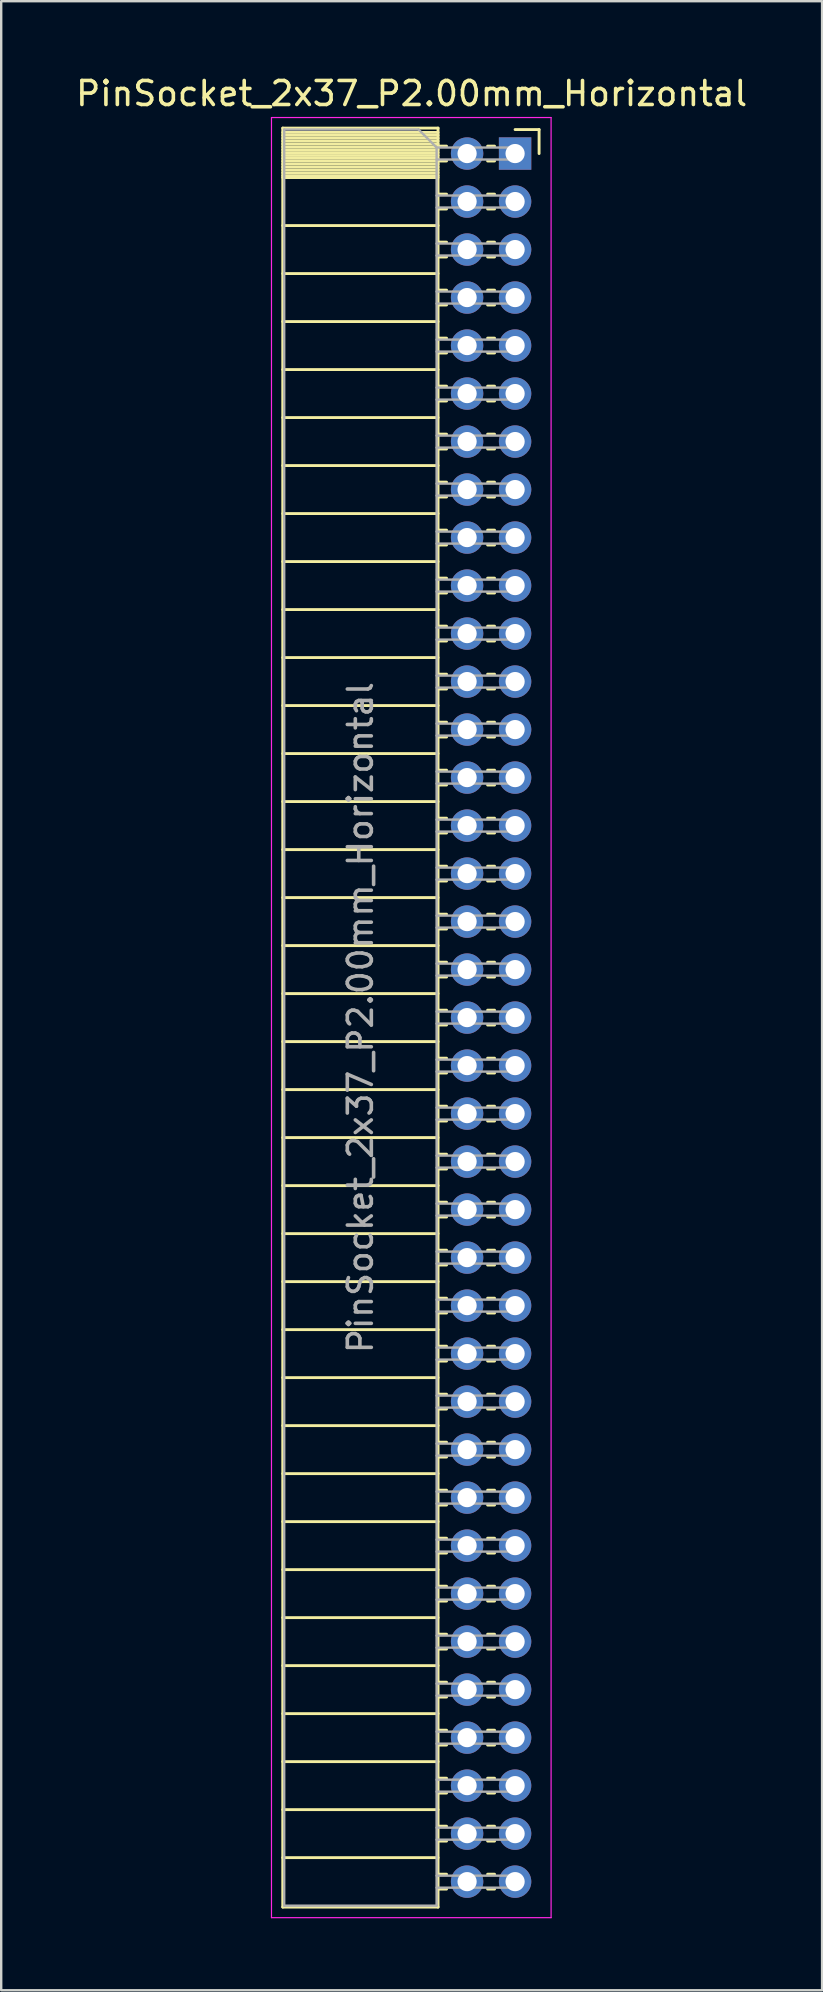
<source format=kicad_pcb>
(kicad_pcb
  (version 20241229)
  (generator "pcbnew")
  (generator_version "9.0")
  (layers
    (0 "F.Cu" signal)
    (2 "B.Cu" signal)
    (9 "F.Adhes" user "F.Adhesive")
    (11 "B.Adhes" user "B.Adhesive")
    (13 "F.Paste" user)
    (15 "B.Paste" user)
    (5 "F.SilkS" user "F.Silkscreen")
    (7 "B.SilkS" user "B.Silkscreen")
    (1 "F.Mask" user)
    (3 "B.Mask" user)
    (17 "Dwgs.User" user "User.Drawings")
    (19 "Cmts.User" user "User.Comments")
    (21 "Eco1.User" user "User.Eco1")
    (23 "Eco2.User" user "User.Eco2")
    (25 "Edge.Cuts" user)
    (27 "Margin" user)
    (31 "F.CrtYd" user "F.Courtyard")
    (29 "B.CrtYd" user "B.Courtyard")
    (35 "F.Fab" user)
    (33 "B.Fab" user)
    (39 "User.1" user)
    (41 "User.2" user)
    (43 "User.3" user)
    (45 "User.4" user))
  (footprint "PinSocket_2x37_P2.00mm_Horizontal"
    (layer "F.Cu")
    (at 18.411 3.348)
    (property "Reference" "PinSocket_2x37_P2.00mm_Horizontal" (at -4.31 -2.5 0) (layer "F.SilkS") (effects (font (size 1 1) (thickness 0.15))))
    (attr through_hole)
    (fp_line (start -9.68 -1.06) (end -3.21 -1.06) (stroke (width 0.12) (type solid)) (layer "F.SilkS"))
    (fp_line (start -9.68 -0.88) (end -3.21 -0.88) (stroke (width 0.12) (type solid)) (layer "F.SilkS"))
    (fp_line (start -9.68 -0.76) (end -3.21 -0.76) (stroke (width 0.12) (type solid)) (layer "F.SilkS"))
    (fp_line (start -9.68 -0.64) (end -3.21 -0.64) (stroke (width 0.12) (type solid)) (layer "F.SilkS"))
    (fp_line (start -9.68 -0.52) (end -3.21 -0.52) (stroke (width 0.12) (type solid)) (layer "F.SilkS"))
    (fp_line (start -9.68 -0.4) (end -3.21 -0.4) (stroke (width 0.12) (type solid)) (layer "F.SilkS"))
    (fp_line (start -9.68 -0.28) (end -3.21 -0.28) (stroke (width 0.12) (type solid)) (layer "F.SilkS"))
    (fp_line (start -9.68 -0.16) (end -3.21 -0.16) (stroke (width 0.12) (type solid)) (layer "F.SilkS"))
    (fp_line (start -9.68 -0.04) (end -3.21 -0.04) (stroke (width 0.12) (type solid)) (layer "F.SilkS"))
    (fp_line (start -9.68 0.08) (end -3.21 0.08) (stroke (width 0.12) (type solid)) (layer "F.SilkS"))
    (fp_line (start -9.68 0.2) (end -3.21 0.2) (stroke (width 0.12) (type solid)) (layer "F.SilkS"))
    (fp_line (start -9.68 0.32) (end -3.21 0.32) (stroke (width 0.12) (type solid)) (layer "F.SilkS"))
    (fp_line (start -9.68 0.44) (end -3.21 0.44) (stroke (width 0.12) (type solid)) (layer "F.SilkS"))
    (fp_line (start -9.68 0.56) (end -3.21 0.56) (stroke (width 0.12) (type solid)) (layer "F.SilkS"))
    (fp_line (start -9.68 0.68) (end -3.21 0.68) (stroke (width 0.12) (type solid)) (layer "F.SilkS"))
    (fp_line (start -9.68 0.8) (end -3.21 0.8) (stroke (width 0.12) (type solid)) (layer "F.SilkS"))
    (fp_line (start -9.68 0.92) (end -3.21 0.92) (stroke (width 0.12) (type solid)) (layer "F.SilkS"))
    (fp_line (start -9.68 1) (end -3.21 1) (stroke (width 0.12) (type solid)) (layer "F.SilkS"))
    (fp_line (start -9.68 3) (end -3.21 3) (stroke (width 0.12) (type solid)) (layer "F.SilkS"))
    (fp_line (start -9.68 5) (end -3.21 5) (stroke (width 0.12) (type solid)) (layer "F.SilkS"))
    (fp_line (start -9.68 7) (end -3.21 7) (stroke (width 0.12) (type solid)) (layer "F.SilkS"))
    (fp_line (start -9.68 9) (end -3.21 9) (stroke (width 0.12) (type solid)) (layer "F.SilkS"))
    (fp_line (start -9.68 11) (end -3.21 11) (stroke (width 0.12) (type solid)) (layer "F.SilkS"))
    (fp_line (start -9.68 13) (end -3.21 13) (stroke (width 0.12) (type solid)) (layer "F.SilkS"))
    (fp_line (start -9.68 15) (end -3.21 15) (stroke (width 0.12) (type solid)) (layer "F.SilkS"))
    (fp_line (start -9.68 17) (end -3.21 17) (stroke (width 0.12) (type solid)) (layer "F.SilkS"))
    (fp_line (start -9.68 19) (end -3.21 19) (stroke (width 0.12) (type solid)) (layer "F.SilkS"))
    (fp_line (start -9.68 21) (end -3.21 21) (stroke (width 0.12) (type solid)) (layer "F.SilkS"))
    (fp_line (start -9.68 23) (end -3.21 23) (stroke (width 0.12) (type solid)) (layer "F.SilkS"))
    (fp_line (start -9.68 25) (end -3.21 25) (stroke (width 0.12) (type solid)) (layer "F.SilkS"))
    (fp_line (start -9.68 27) (end -3.21 27) (stroke (width 0.12) (type solid)) (layer "F.SilkS"))
    (fp_line (start -9.68 29) (end -3.21 29) (stroke (width 0.12) (type solid)) (layer "F.SilkS"))
    (fp_line (start -9.68 31) (end -3.21 31) (stroke (width 0.12) (type solid)) (layer "F.SilkS"))
    (fp_line (start -9.68 33) (end -3.21 33) (stroke (width 0.12) (type solid)) (layer "F.SilkS"))
    (fp_line (start -9.68 35) (end -3.21 35) (stroke (width 0.12) (type solid)) (layer "F.SilkS"))
    (fp_line (start -9.68 37) (end -3.21 37) (stroke (width 0.12) (type solid)) (layer "F.SilkS"))
    (fp_line (start -9.68 39) (end -3.21 39) (stroke (width 0.12) (type solid)) (layer "F.SilkS"))
    (fp_line (start -9.68 41) (end -3.21 41) (stroke (width 0.12) (type solid)) (layer "F.SilkS"))
    (fp_line (start -9.68 43) (end -3.21 43) (stroke (width 0.12) (type solid)) (layer "F.SilkS"))
    (fp_line (start -9.68 45) (end -3.21 45) (stroke (width 0.12) (type solid)) (layer "F.SilkS"))
    (fp_line (start -9.68 47) (end -3.21 47) (stroke (width 0.12) (type solid)) (layer "F.SilkS"))
    (fp_line (start -9.68 49) (end -3.21 49) (stroke (width 0.12) (type solid)) (layer "F.SilkS"))
    (fp_line (start -9.68 51) (end -3.21 51) (stroke (width 0.12) (type solid)) (layer "F.SilkS"))
    (fp_line (start -9.68 53) (end -3.21 53) (stroke (width 0.12) (type solid)) (layer "F.SilkS"))
    (fp_line (start -9.68 55) (end -3.21 55) (stroke (width 0.12) (type solid)) (layer "F.SilkS"))
    (fp_line (start -9.68 57) (end -3.21 57) (stroke (width 0.12) (type solid)) (layer "F.SilkS"))
    (fp_line (start -9.68 59) (end -3.21 59) (stroke (width 0.12) (type solid)) (layer "F.SilkS"))
    (fp_line (start -9.68 61) (end -3.21 61) (stroke (width 0.12) (type solid)) (layer "F.SilkS"))
    (fp_line (start -9.68 63) (end -3.21 63) (stroke (width 0.12) (type solid)) (layer "F.SilkS"))
    (fp_line (start -9.68 65) (end -3.21 65) (stroke (width 0.12) (type solid)) (layer "F.SilkS"))
    (fp_line (start -9.68 67) (end -3.21 67) (stroke (width 0.12) (type solid)) (layer "F.SilkS"))
    (fp_line (start -9.68 69) (end -3.21 69) (stroke (width 0.12) (type solid)) (layer "F.SilkS"))
    (fp_line (start -9.68 71) (end -3.21 71) (stroke (width 0.12) (type solid)) (layer "F.SilkS"))
    (fp_line (start -9.68 73.06) (end -9.68 -1.06) (stroke (width 0.12) (type solid)) (layer "F.SilkS"))
    (fp_line (start -3.21 -1.06) (end -3.21 73.06) (stroke (width 0.12) (type solid)) (layer "F.SilkS"))
    (fp_line (start -3.21 -0.31) (end -2.855 -0.31) (stroke (width 0.12) (type solid)) (layer "F.SilkS"))
    (fp_line (start -3.21 1.69) (end -2.855 1.69) (stroke (width 0.12) (type solid)) (layer "F.SilkS"))
    (fp_line (start -3.21 3.69) (end -2.855 3.69) (stroke (width 0.12) (type solid)) (layer "F.SilkS"))
    (fp_line (start -3.21 5.69) (end -2.855 5.69) (stroke (width 0.12) (type solid)) (layer "F.SilkS"))
    (fp_line (start -3.21 7.69) (end -2.855 7.69) (stroke (width 0.12) (type solid)) (layer "F.SilkS"))
    (fp_line (start -3.21 9.69) (end -2.855 9.69) (stroke (width 0.12) (type solid)) (layer "F.SilkS"))
    (fp_line (start -3.21 11.69) (end -2.855 11.69) (stroke (width 0.12) (type solid)) (layer "F.SilkS"))
    (fp_line (start -3.21 13.69) (end -2.855 13.69) (stroke (width 0.12) (type solid)) (layer "F.SilkS"))
    (fp_line (start -3.21 15.69) (end -2.855 15.69) (stroke (width 0.12) (type solid)) (layer "F.SilkS"))
    (fp_line (start -3.21 17.69) (end -2.855 17.69) (stroke (width 0.12) (type solid)) (layer "F.SilkS"))
    (fp_line (start -3.21 19.69) (end -2.855 19.69) (stroke (width 0.12) (type solid)) (layer "F.SilkS"))
    (fp_line (start -3.21 21.69) (end -2.855 21.69) (stroke (width 0.12) (type solid)) (layer "F.SilkS"))
    (fp_line (start -3.21 23.69) (end -2.855 23.69) (stroke (width 0.12) (type solid)) (layer "F.SilkS"))
    (fp_line (start -3.21 25.69) (end -2.855 25.69) (stroke (width 0.12) (type solid)) (layer "F.SilkS"))
    (fp_line (start -3.21 27.69) (end -2.855 27.69) (stroke (width 0.12) (type solid)) (layer "F.SilkS"))
    (fp_line (start -3.21 29.69) (end -2.855 29.69) (stroke (width 0.12) (type solid)) (layer "F.SilkS"))
    (fp_line (start -3.21 31.69) (end -2.855 31.69) (stroke (width 0.12) (type solid)) (layer "F.SilkS"))
    (fp_line (start -3.21 33.69) (end -2.855 33.69) (stroke (width 0.12) (type solid)) (layer "F.SilkS"))
    (fp_line (start -3.21 35.69) (end -2.855 35.69) (stroke (width 0.12) (type solid)) (layer "F.SilkS"))
    (fp_line (start -3.21 37.69) (end -2.855 37.69) (stroke (width 0.12) (type solid)) (layer "F.SilkS"))
    (fp_line (start -3.21 39.69) (end -2.855 39.69) (stroke (width 0.12) (type solid)) (layer "F.SilkS"))
    (fp_line (start -3.21 41.69) (end -2.855 41.69) (stroke (width 0.12) (type solid)) (layer "F.SilkS"))
    (fp_line (start -3.21 43.69) (end -2.855 43.69) (stroke (width 0.12) (type solid)) (layer "F.SilkS"))
    (fp_line (start -3.21 45.69) (end -2.855 45.69) (stroke (width 0.12) (type solid)) (layer "F.SilkS"))
    (fp_line (start -3.21 47.69) (end -2.855 47.69) (stroke (width 0.12) (type solid)) (layer "F.SilkS"))
    (fp_line (start -3.21 49.69) (end -2.855 49.69) (stroke (width 0.12) (type solid)) (layer "F.SilkS"))
    (fp_line (start -3.21 51.69) (end -2.855 51.69) (stroke (width 0.12) (type solid)) (layer "F.SilkS"))
    (fp_line (start -3.21 53.69) (end -2.855 53.69) (stroke (width 0.12) (type solid)) (layer "F.SilkS"))
    (fp_line (start -3.21 55.69) (end -2.855 55.69) (stroke (width 0.12) (type solid)) (layer "F.SilkS"))
    (fp_line (start -3.21 57.69) (end -2.855 57.69) (stroke (width 0.12) (type solid)) (layer "F.SilkS"))
    (fp_line (start -3.21 59.69) (end -2.855 59.69) (stroke (width 0.12) (type solid)) (layer "F.SilkS"))
    (fp_line (start -3.21 61.69) (end -2.855 61.69) (stroke (width 0.12) (type solid)) (layer "F.SilkS"))
    (fp_line (start -3.21 63.69) (end -2.855 63.69) (stroke (width 0.12) (type solid)) (layer "F.SilkS"))
    (fp_line (start -3.21 65.69) (end -2.855 65.69) (stroke (width 0.12) (type solid)) (layer "F.SilkS"))
    (fp_line (start -3.21 67.69) (end -2.855 67.69) (stroke (width 0.12) (type solid)) (layer "F.SilkS"))
    (fp_line (start -3.21 69.69) (end -2.855 69.69) (stroke (width 0.12) (type solid)) (layer "F.SilkS"))
    (fp_line (start -3.21 71.69) (end -2.855 71.69) (stroke (width 0.12) (type solid)) (layer "F.SilkS"))
    (fp_line (start -3.21 73.06) (end -9.68 73.06) (stroke (width 0.12) (type solid)) (layer "F.SilkS"))
    (fp_line (start -2.855 0.31) (end -3.21 0.31) (stroke (width 0.12) (type solid)) (layer "F.SilkS"))
    (fp_line (start -2.855 2.31) (end -3.21 2.31) (stroke (width 0.12) (type solid)) (layer "F.SilkS"))
    (fp_line (start -2.855 4.31) (end -3.21 4.31) (stroke (width 0.12) (type solid)) (layer "F.SilkS"))
    (fp_line (start -2.855 6.31) (end -3.21 6.31) (stroke (width 0.12) (type solid)) (layer "F.SilkS"))
    (fp_line (start -2.855 8.31) (end -3.21 8.31) (stroke (width 0.12) (type solid)) (layer "F.SilkS"))
    (fp_line (start -2.855 10.31) (end -3.21 10.31) (stroke (width 0.12) (type solid)) (layer "F.SilkS"))
    (fp_line (start -2.855 12.31) (end -3.21 12.31) (stroke (width 0.12) (type solid)) (layer "F.SilkS"))
    (fp_line (start -2.855 14.31) (end -3.21 14.31) (stroke (width 0.12) (type solid)) (layer "F.SilkS"))
    (fp_line (start -2.855 16.31) (end -3.21 16.31) (stroke (width 0.12) (type solid)) (layer "F.SilkS"))
    (fp_line (start -2.855 18.31) (end -3.21 18.31) (stroke (width 0.12) (type solid)) (layer "F.SilkS"))
    (fp_line (start -2.855 20.31) (end -3.21 20.31) (stroke (width 0.12) (type solid)) (layer "F.SilkS"))
    (fp_line (start -2.855 22.31) (end -3.21 22.31) (stroke (width 0.12) (type solid)) (layer "F.SilkS"))
    (fp_line (start -2.855 24.31) (end -3.21 24.31) (stroke (width 0.12) (type solid)) (layer "F.SilkS"))
    (fp_line (start -2.855 26.31) (end -3.21 26.31) (stroke (width 0.12) (type solid)) (layer "F.SilkS"))
    (fp_line (start -2.855 28.31) (end -3.21 28.31) (stroke (width 0.12) (type solid)) (layer "F.SilkS"))
    (fp_line (start -2.855 30.31) (end -3.21 30.31) (stroke (width 0.12) (type solid)) (layer "F.SilkS"))
    (fp_line (start -2.855 32.31) (end -3.21 32.31) (stroke (width 0.12) (type solid)) (layer "F.SilkS"))
    (fp_line (start -2.855 34.31) (end -3.21 34.31) (stroke (width 0.12) (type solid)) (layer "F.SilkS"))
    (fp_line (start -2.855 36.31) (end -3.21 36.31) (stroke (width 0.12) (type solid)) (layer "F.SilkS"))
    (fp_line (start -2.855 38.31) (end -3.21 38.31) (stroke (width 0.12) (type solid)) (layer "F.SilkS"))
    (fp_line (start -2.855 40.31) (end -3.21 40.31) (stroke (width 0.12) (type solid)) (layer "F.SilkS"))
    (fp_line (start -2.855 42.31) (end -3.21 42.31) (stroke (width 0.12) (type solid)) (layer "F.SilkS"))
    (fp_line (start -2.855 44.31) (end -3.21 44.31) (stroke (width 0.12) (type solid)) (layer "F.SilkS"))
    (fp_line (start -2.855 46.31) (end -3.21 46.31) (stroke (width 0.12) (type solid)) (layer "F.SilkS"))
    (fp_line (start -2.855 48.31) (end -3.21 48.31) (stroke (width 0.12) (type solid)) (layer "F.SilkS"))
    (fp_line (start -2.855 50.31) (end -3.21 50.31) (stroke (width 0.12) (type solid)) (layer "F.SilkS"))
    (fp_line (start -2.855 52.31) (end -3.21 52.31) (stroke (width 0.12) (type solid)) (layer "F.SilkS"))
    (fp_line (start -2.855 54.31) (end -3.21 54.31) (stroke (width 0.12) (type solid)) (layer "F.SilkS"))
    (fp_line (start -2.855 56.31) (end -3.21 56.31) (stroke (width 0.12) (type solid)) (layer "F.SilkS"))
    (fp_line (start -2.855 58.31) (end -3.21 58.31) (stroke (width 0.12) (type solid)) (layer "F.SilkS"))
    (fp_line (start -2.855 60.31) (end -3.21 60.31) (stroke (width 0.12) (type solid)) (layer "F.SilkS"))
    (fp_line (start -2.855 62.31) (end -3.21 62.31) (stroke (width 0.12) (type solid)) (layer "F.SilkS"))
    (fp_line (start -2.855 64.31) (end -3.21 64.31) (stroke (width 0.12) (type solid)) (layer "F.SilkS"))
    (fp_line (start -2.855 66.31) (end -3.21 66.31) (stroke (width 0.12) (type solid)) (layer "F.SilkS"))
    (fp_line (start -2.855 68.31) (end -3.21 68.31) (stroke (width 0.12) (type solid)) (layer "F.SilkS"))
    (fp_line (start -2.855 70.31) (end -3.21 70.31) (stroke (width 0.12) (type solid)) (layer "F.SilkS"))
    (fp_line (start -2.855 72.31) (end -3.21 72.31) (stroke (width 0.12) (type solid)) (layer "F.SilkS"))
    (fp_line (start -1.145 0.31) (end -0.855 0.31) (stroke (width 0.12) (type solid)) (layer "F.SilkS"))
    (fp_line (start -1.145 2.31) (end -0.855 2.31) (stroke (width 0.12) (type solid)) (layer "F.SilkS"))
    (fp_line (start -1.145 4.31) (end -0.855 4.31) (stroke (width 0.12) (type solid)) (layer "F.SilkS"))
    (fp_line (start -1.145 6.31) (end -0.855 6.31) (stroke (width 0.12) (type solid)) (layer "F.SilkS"))
    (fp_line (start -1.145 8.31) (end -0.855 8.31) (stroke (width 0.12) (type solid)) (layer "F.SilkS"))
    (fp_line (start -1.145 10.31) (end -0.855 10.31) (stroke (width 0.12) (type solid)) (layer "F.SilkS"))
    (fp_line (start -1.145 12.31) (end -0.855 12.31) (stroke (width 0.12) (type solid)) (layer "F.SilkS"))
    (fp_line (start -1.145 14.31) (end -0.855 14.31) (stroke (width 0.12) (type solid)) (layer "F.SilkS"))
    (fp_line (start -1.145 16.31) (end -0.855 16.31) (stroke (width 0.12) (type solid)) (layer "F.SilkS"))
    (fp_line (start -1.145 18.31) (end -0.855 18.31) (stroke (width 0.12) (type solid)) (layer "F.SilkS"))
    (fp_line (start -1.145 20.31) (end -0.855 20.31) (stroke (width 0.12) (type solid)) (layer "F.SilkS"))
    (fp_line (start -1.145 22.31) (end -0.855 22.31) (stroke (width 0.12) (type solid)) (layer "F.SilkS"))
    (fp_line (start -1.145 24.31) (end -0.855 24.31) (stroke (width 0.12) (type solid)) (layer "F.SilkS"))
    (fp_line (start -1.145 26.31) (end -0.855 26.31) (stroke (width 0.12) (type solid)) (layer "F.SilkS"))
    (fp_line (start -1.145 28.31) (end -0.855 28.31) (stroke (width 0.12) (type solid)) (layer "F.SilkS"))
    (fp_line (start -1.145 30.31) (end -0.855 30.31) (stroke (width 0.12) (type solid)) (layer "F.SilkS"))
    (fp_line (start -1.145 32.31) (end -0.855 32.31) (stroke (width 0.12) (type solid)) (layer "F.SilkS"))
    (fp_line (start -1.145 34.31) (end -0.855 34.31) (stroke (width 0.12) (type solid)) (layer "F.SilkS"))
    (fp_line (start -1.145 36.31) (end -0.855 36.31) (stroke (width 0.12) (type solid)) (layer "F.SilkS"))
    (fp_line (start -1.145 38.31) (end -0.855 38.31) (stroke (width 0.12) (type solid)) (layer "F.SilkS"))
    (fp_line (start -1.145 40.31) (end -0.855 40.31) (stroke (width 0.12) (type solid)) (layer "F.SilkS"))
    (fp_line (start -1.145 42.31) (end -0.855 42.31) (stroke (width 0.12) (type solid)) (layer "F.SilkS"))
    (fp_line (start -1.145 44.31) (end -0.855 44.31) (stroke (width 0.12) (type solid)) (layer "F.SilkS"))
    (fp_line (start -1.145 46.31) (end -0.855 46.31) (stroke (width 0.12) (type solid)) (layer "F.SilkS"))
    (fp_line (start -1.145 48.31) (end -0.855 48.31) (stroke (width 0.12) (type solid)) (layer "F.SilkS"))
    (fp_line (start -1.145 50.31) (end -0.855 50.31) (stroke (width 0.12) (type solid)) (layer "F.SilkS"))
    (fp_line (start -1.145 52.31) (end -0.855 52.31) (stroke (width 0.12) (type solid)) (layer "F.SilkS"))
    (fp_line (start -1.145 54.31) (end -0.855 54.31) (stroke (width 0.12) (type solid)) (layer "F.SilkS"))
    (fp_line (start -1.145 56.31) (end -0.855 56.31) (stroke (width 0.12) (type solid)) (layer "F.SilkS"))
    (fp_line (start -1.145 58.31) (end -0.855 58.31) (stroke (width 0.12) (type solid)) (layer "F.SilkS"))
    (fp_line (start -1.145 60.31) (end -0.855 60.31) (stroke (width 0.12) (type solid)) (layer "F.SilkS"))
    (fp_line (start -1.145 62.31) (end -0.855 62.31) (stroke (width 0.12) (type solid)) (layer "F.SilkS"))
    (fp_line (start -1.145 64.31) (end -0.855 64.31) (stroke (width 0.12) (type solid)) (layer "F.SilkS"))
    (fp_line (start -1.145 66.31) (end -0.855 66.31) (stroke (width 0.12) (type solid)) (layer "F.SilkS"))
    (fp_line (start -1.145 68.31) (end -0.855 68.31) (stroke (width 0.12) (type solid)) (layer "F.SilkS"))
    (fp_line (start -1.145 70.31) (end -0.855 70.31) (stroke (width 0.12) (type solid)) (layer "F.SilkS"))
    (fp_line (start -1.145 72.31) (end -0.855 72.31) (stroke (width 0.12) (type solid)) (layer "F.SilkS"))
    (fp_line (start -0.855 -0.31) (end -1.145 -0.31) (stroke (width 0.12) (type solid)) (layer "F.SilkS"))
    (fp_line (start -0.855 1.69) (end -1.145 1.69) (stroke (width 0.12) (type solid)) (layer "F.SilkS"))
    (fp_line (start -0.855 3.69) (end -1.145 3.69) (stroke (width 0.12) (type solid)) (layer "F.SilkS"))
    (fp_line (start -0.855 5.69) (end -1.145 5.69) (stroke (width 0.12) (type solid)) (layer "F.SilkS"))
    (fp_line (start -0.855 7.69) (end -1.145 7.69) (stroke (width 0.12) (type solid)) (layer "F.SilkS"))
    (fp_line (start -0.855 9.69) (end -1.145 9.69) (stroke (width 0.12) (type solid)) (layer "F.SilkS"))
    (fp_line (start -0.855 11.69) (end -1.145 11.69) (stroke (width 0.12) (type solid)) (layer "F.SilkS"))
    (fp_line (start -0.855 13.69) (end -1.145 13.69) (stroke (width 0.12) (type solid)) (layer "F.SilkS"))
    (fp_line (start -0.855 15.69) (end -1.145 15.69) (stroke (width 0.12) (type solid)) (layer "F.SilkS"))
    (fp_line (start -0.855 17.69) (end -1.145 17.69) (stroke (width 0.12) (type solid)) (layer "F.SilkS"))
    (fp_line (start -0.855 19.69) (end -1.145 19.69) (stroke (width 0.12) (type solid)) (layer "F.SilkS"))
    (fp_line (start -0.855 21.69) (end -1.145 21.69) (stroke (width 0.12) (type solid)) (layer "F.SilkS"))
    (fp_line (start -0.855 23.69) (end -1.145 23.69) (stroke (width 0.12) (type solid)) (layer "F.SilkS"))
    (fp_line (start -0.855 25.69) (end -1.145 25.69) (stroke (width 0.12) (type solid)) (layer "F.SilkS"))
    (fp_line (start -0.855 27.69) (end -1.145 27.69) (stroke (width 0.12) (type solid)) (layer "F.SilkS"))
    (fp_line (start -0.855 29.69) (end -1.145 29.69) (stroke (width 0.12) (type solid)) (layer "F.SilkS"))
    (fp_line (start -0.855 31.69) (end -1.145 31.69) (stroke (width 0.12) (type solid)) (layer "F.SilkS"))
    (fp_line (start -0.855 33.69) (end -1.145 33.69) (stroke (width 0.12) (type solid)) (layer "F.SilkS"))
    (fp_line (start -0.855 35.69) (end -1.145 35.69) (stroke (width 0.12) (type solid)) (layer "F.SilkS"))
    (fp_line (start -0.855 37.69) (end -1.145 37.69) (stroke (width 0.12) (type solid)) (layer "F.SilkS"))
    (fp_line (start -0.855 39.69) (end -1.145 39.69) (stroke (width 0.12) (type solid)) (layer "F.SilkS"))
    (fp_line (start -0.855 41.69) (end -1.145 41.69) (stroke (width 0.12) (type solid)) (layer "F.SilkS"))
    (fp_line (start -0.855 43.69) (end -1.145 43.69) (stroke (width 0.12) (type solid)) (layer "F.SilkS"))
    (fp_line (start -0.855 45.69) (end -1.145 45.69) (stroke (width 0.12) (type solid)) (layer "F.SilkS"))
    (fp_line (start -0.855 47.69) (end -1.145 47.69) (stroke (width 0.12) (type solid)) (layer "F.SilkS"))
    (fp_line (start -0.855 49.69) (end -1.145 49.69) (stroke (width 0.12) (type solid)) (layer "F.SilkS"))
    (fp_line (start -0.855 51.69) (end -1.145 51.69) (stroke (width 0.12) (type solid)) (layer "F.SilkS"))
    (fp_line (start -0.855 53.69) (end -1.145 53.69) (stroke (width 0.12) (type solid)) (layer "F.SilkS"))
    (fp_line (start -0.855 55.69) (end -1.145 55.69) (stroke (width 0.12) (type solid)) (layer "F.SilkS"))
    (fp_line (start -0.855 57.69) (end -1.145 57.69) (stroke (width 0.12) (type solid)) (layer "F.SilkS"))
    (fp_line (start -0.855 59.69) (end -1.145 59.69) (stroke (width 0.12) (type solid)) (layer "F.SilkS"))
    (fp_line (start -0.855 61.69) (end -1.145 61.69) (stroke (width 0.12) (type solid)) (layer "F.SilkS"))
    (fp_line (start -0.855 63.69) (end -1.145 63.69) (stroke (width 0.12) (type solid)) (layer "F.SilkS"))
    (fp_line (start -0.855 65.69) (end -1.145 65.69) (stroke (width 0.12) (type solid)) (layer "F.SilkS"))
    (fp_line (start -0.855 67.69) (end -1.145 67.69) (stroke (width 0.12) (type solid)) (layer "F.SilkS"))
    (fp_line (start -0.855 69.69) (end -1.145 69.69) (stroke (width 0.12) (type solid)) (layer "F.SilkS"))
    (fp_line (start -0.855 71.69) (end -1.145 71.69) (stroke (width 0.12) (type solid)) (layer "F.SilkS"))
    (fp_line (start 0 -1) (end 1 -1) (stroke (width 0.12) (type solid)) (layer "F.SilkS"))
    (fp_line (start 1 -1) (end 1 0) (stroke (width 0.12) (type solid)) (layer "F.SilkS"))
    (fp_line (start -10.15 -1.5) (end -10.15 73.5) (stroke (width 0.05) (type solid)) (layer "F.CrtYd"))
    (fp_line (start -10.15 73.5) (end 1.5 73.5) (stroke (width 0.05) (type solid)) (layer "F.CrtYd"))
    (fp_line (start 1.5 -1.5) (end -10.15 -1.5) (stroke (width 0.05) (type solid)) (layer "F.CrtYd"))
    (fp_line (start 1.5 73.5) (end 1.5 -1.5) (stroke (width 0.05) (type solid)) (layer "F.CrtYd"))
    (fp_line (start -9.62 -1) (end -4.02 -1) (stroke (width 0.1) (type solid)) (layer "F.Fab"))
    (fp_line (start -9.62 73) (end -9.62 -1) (stroke (width 0.1) (type solid)) (layer "F.Fab"))
    (fp_line (start -4.02 -1) (end -3.27 -0.25) (stroke (width 0.1) (type solid)) (layer "F.Fab"))
    (fp_line (start -3.27 -0.25) (end -3.27 73) (stroke (width 0.1) (type solid)) (layer "F.Fab"))
    (fp_line (start -3.27 0.25) (end 0 0.25) (stroke (width 0.1) (type solid)) (layer "F.Fab"))
    (fp_line (start -3.27 2.25) (end 0 2.25) (stroke (width 0.1) (type solid)) (layer "F.Fab"))
    (fp_line (start -3.27 4.25) (end 0 4.25) (stroke (width 0.1) (type solid)) (layer "F.Fab"))
    (fp_line (start -3.27 6.25) (end 0 6.25) (stroke (width 0.1) (type solid)) (layer "F.Fab"))
    (fp_line (start -3.27 8.25) (end 0 8.25) (stroke (width 0.1) (type solid)) (layer "F.Fab"))
    (fp_line (start -3.27 10.25) (end 0 10.25) (stroke (width 0.1) (type solid)) (layer "F.Fab"))
    (fp_line (start -3.27 12.25) (end 0 12.25) (stroke (width 0.1) (type solid)) (layer "F.Fab"))
    (fp_line (start -3.27 14.25) (end 0 14.25) (stroke (width 0.1) (type solid)) (layer "F.Fab"))
    (fp_line (start -3.27 16.25) (end 0 16.25) (stroke (width 0.1) (type solid)) (layer "F.Fab"))
    (fp_line (start -3.27 18.25) (end 0 18.25) (stroke (width 0.1) (type solid)) (layer "F.Fab"))
    (fp_line (start -3.27 20.25) (end 0 20.25) (stroke (width 0.1) (type solid)) (layer "F.Fab"))
    (fp_line (start -3.27 22.25) (end 0 22.25) (stroke (width 0.1) (type solid)) (layer "F.Fab"))
    (fp_line (start -3.27 24.25) (end 0 24.25) (stroke (width 0.1) (type solid)) (layer "F.Fab"))
    (fp_line (start -3.27 26.25) (end 0 26.25) (stroke (width 0.1) (type solid)) (layer "F.Fab"))
    (fp_line (start -3.27 28.25) (end 0 28.25) (stroke (width 0.1) (type solid)) (layer "F.Fab"))
    (fp_line (start -3.27 30.25) (end 0 30.25) (stroke (width 0.1) (type solid)) (layer "F.Fab"))
    (fp_line (start -3.27 32.25) (end 0 32.25) (stroke (width 0.1) (type solid)) (layer "F.Fab"))
    (fp_line (start -3.27 34.25) (end 0 34.25) (stroke (width 0.1) (type solid)) (layer "F.Fab"))
    (fp_line (start -3.27 36.25) (end 0 36.25) (stroke (width 0.1) (type solid)) (layer "F.Fab"))
    (fp_line (start -3.27 38.25) (end 0 38.25) (stroke (width 0.1) (type solid)) (layer "F.Fab"))
    (fp_line (start -3.27 40.25) (end 0 40.25) (stroke (width 0.1) (type solid)) (layer "F.Fab"))
    (fp_line (start -3.27 42.25) (end 0 42.25) (stroke (width 0.1) (type solid)) (layer "F.Fab"))
    (fp_line (start -3.27 44.25) (end 0 44.25) (stroke (width 0.1) (type solid)) (layer "F.Fab"))
    (fp_line (start -3.27 46.25) (end 0 46.25) (stroke (width 0.1) (type solid)) (layer "F.Fab"))
    (fp_line (start -3.27 48.25) (end 0 48.25) (stroke (width 0.1) (type solid)) (layer "F.Fab"))
    (fp_line (start -3.27 50.25) (end 0 50.25) (stroke (width 0.1) (type solid)) (layer "F.Fab"))
    (fp_line (start -3.27 52.25) (end 0 52.25) (stroke (width 0.1) (type solid)) (layer "F.Fab"))
    (fp_line (start -3.27 54.25) (end 0 54.25) (stroke (width 0.1) (type solid)) (layer "F.Fab"))
    (fp_line (start -3.27 56.25) (end 0 56.25) (stroke (width 0.1) (type solid)) (layer "F.Fab"))
    (fp_line (start -3.27 58.25) (end 0 58.25) (stroke (width 0.1) (type solid)) (layer "F.Fab"))
    (fp_line (start -3.27 60.25) (end 0 60.25) (stroke (width 0.1) (type solid)) (layer "F.Fab"))
    (fp_line (start -3.27 62.25) (end 0 62.25) (stroke (width 0.1) (type solid)) (layer "F.Fab"))
    (fp_line (start -3.27 64.25) (end 0 64.25) (stroke (width 0.1) (type solid)) (layer "F.Fab"))
    (fp_line (start -3.27 66.25) (end 0 66.25) (stroke (width 0.1) (type solid)) (layer "F.Fab"))
    (fp_line (start -3.27 68.25) (end 0 68.25) (stroke (width 0.1) (type solid)) (layer "F.Fab"))
    (fp_line (start -3.27 70.25) (end 0 70.25) (stroke (width 0.1) (type solid)) (layer "F.Fab"))
    (fp_line (start -3.27 72.25) (end 0 72.25) (stroke (width 0.1) (type solid)) (layer "F.Fab"))
    (fp_line (start -3.27 73) (end -9.62 73) (stroke (width 0.1) (type solid)) (layer "F.Fab"))
    (fp_line (start 0 -0.25) (end -3.27 -0.25) (stroke (width 0.1) (type solid)) (layer "F.Fab"))
    (fp_line (start 0 0.25) (end 0 -0.25) (stroke (width 0.1) (type solid)) (layer "F.Fab"))
    (fp_line (start 0 1.75) (end -3.27 1.75) (stroke (width 0.1) (type solid)) (layer "F.Fab"))
    (fp_line (start 0 2.25) (end 0 1.75) (stroke (width 0.1) (type solid)) (layer "F.Fab"))
    (fp_line (start 0 3.75) (end -3.27 3.75) (stroke (width 0.1) (type solid)) (layer "F.Fab"))
    (fp_line (start 0 4.25) (end 0 3.75) (stroke (width 0.1) (type solid)) (layer "F.Fab"))
    (fp_line (start 0 5.75) (end -3.27 5.75) (stroke (width 0.1) (type solid)) (layer "F.Fab"))
    (fp_line (start 0 6.25) (end 0 5.75) (stroke (width 0.1) (type solid)) (layer "F.Fab"))
    (fp_line (start 0 7.75) (end -3.27 7.75) (stroke (width 0.1) (type solid)) (layer "F.Fab"))
    (fp_line (start 0 8.25) (end 0 7.75) (stroke (width 0.1) (type solid)) (layer "F.Fab"))
    (fp_line (start 0 9.75) (end -3.27 9.75) (stroke (width 0.1) (type solid)) (layer "F.Fab"))
    (fp_line (start 0 10.25) (end 0 9.75) (stroke (width 0.1) (type solid)) (layer "F.Fab"))
    (fp_line (start 0 11.75) (end -3.27 11.75) (stroke (width 0.1) (type solid)) (layer "F.Fab"))
    (fp_line (start 0 12.25) (end 0 11.75) (stroke (width 0.1) (type solid)) (layer "F.Fab"))
    (fp_line (start 0 13.75) (end -3.27 13.75) (stroke (width 0.1) (type solid)) (layer "F.Fab"))
    (fp_line (start 0 14.25) (end 0 13.75) (stroke (width 0.1) (type solid)) (layer "F.Fab"))
    (fp_line (start 0 15.75) (end -3.27 15.75) (stroke (width 0.1) (type solid)) (layer "F.Fab"))
    (fp_line (start 0 16.25) (end 0 15.75) (stroke (width 0.1) (type solid)) (layer "F.Fab"))
    (fp_line (start 0 17.75) (end -3.27 17.75) (stroke (width 0.1) (type solid)) (layer "F.Fab"))
    (fp_line (start 0 18.25) (end 0 17.75) (stroke (width 0.1) (type solid)) (layer "F.Fab"))
    (fp_line (start 0 19.75) (end -3.27 19.75) (stroke (width 0.1) (type solid)) (layer "F.Fab"))
    (fp_line (start 0 20.25) (end 0 19.75) (stroke (width 0.1) (type solid)) (layer "F.Fab"))
    (fp_line (start 0 21.75) (end -3.27 21.75) (stroke (width 0.1) (type solid)) (layer "F.Fab"))
    (fp_line (start 0 22.25) (end 0 21.75) (stroke (width 0.1) (type solid)) (layer "F.Fab"))
    (fp_line (start 0 23.75) (end -3.27 23.75) (stroke (width 0.1) (type solid)) (layer "F.Fab"))
    (fp_line (start 0 24.25) (end 0 23.75) (stroke (width 0.1) (type solid)) (layer "F.Fab"))
    (fp_line (start 0 25.75) (end -3.27 25.75) (stroke (width 0.1) (type solid)) (layer "F.Fab"))
    (fp_line (start 0 26.25) (end 0 25.75) (stroke (width 0.1) (type solid)) (layer "F.Fab"))
    (fp_line (start 0 27.75) (end -3.27 27.75) (stroke (width 0.1) (type solid)) (layer "F.Fab"))
    (fp_line (start 0 28.25) (end 0 27.75) (stroke (width 0.1) (type solid)) (layer "F.Fab"))
    (fp_line (start 0 29.75) (end -3.27 29.75) (stroke (width 0.1) (type solid)) (layer "F.Fab"))
    (fp_line (start 0 30.25) (end 0 29.75) (stroke (width 0.1) (type solid)) (layer "F.Fab"))
    (fp_line (start 0 31.75) (end -3.27 31.75) (stroke (width 0.1) (type solid)) (layer "F.Fab"))
    (fp_line (start 0 32.25) (end 0 31.75) (stroke (width 0.1) (type solid)) (layer "F.Fab"))
    (fp_line (start 0 33.75) (end -3.27 33.75) (stroke (width 0.1) (type solid)) (layer "F.Fab"))
    (fp_line (start 0 34.25) (end 0 33.75) (stroke (width 0.1) (type solid)) (layer "F.Fab"))
    (fp_line (start 0 35.75) (end -3.27 35.75) (stroke (width 0.1) (type solid)) (layer "F.Fab"))
    (fp_line (start 0 36.25) (end 0 35.75) (stroke (width 0.1) (type solid)) (layer "F.Fab"))
    (fp_line (start 0 37.75) (end -3.27 37.75) (stroke (width 0.1) (type solid)) (layer "F.Fab"))
    (fp_line (start 0 38.25) (end 0 37.75) (stroke (width 0.1) (type solid)) (layer "F.Fab"))
    (fp_line (start 0 39.75) (end -3.27 39.75) (stroke (width 0.1) (type solid)) (layer "F.Fab"))
    (fp_line (start 0 40.25) (end 0 39.75) (stroke (width 0.1) (type solid)) (layer "F.Fab"))
    (fp_line (start 0 41.75) (end -3.27 41.75) (stroke (width 0.1) (type solid)) (layer "F.Fab"))
    (fp_line (start 0 42.25) (end 0 41.75) (stroke (width 0.1) (type solid)) (layer "F.Fab"))
    (fp_line (start 0 43.75) (end -3.27 43.75) (stroke (width 0.1) (type solid)) (layer "F.Fab"))
    (fp_line (start 0 44.25) (end 0 43.75) (stroke (width 0.1) (type solid)) (layer "F.Fab"))
    (fp_line (start 0 45.75) (end -3.27 45.75) (stroke (width 0.1) (type solid)) (layer "F.Fab"))
    (fp_line (start 0 46.25) (end 0 45.75) (stroke (width 0.1) (type solid)) (layer "F.Fab"))
    (fp_line (start 0 47.75) (end -3.27 47.75) (stroke (width 0.1) (type solid)) (layer "F.Fab"))
    (fp_line (start 0 48.25) (end 0 47.75) (stroke (width 0.1) (type solid)) (layer "F.Fab"))
    (fp_line (start 0 49.75) (end -3.27 49.75) (stroke (width 0.1) (type solid)) (layer "F.Fab"))
    (fp_line (start 0 50.25) (end 0 49.75) (stroke (width 0.1) (type solid)) (layer "F.Fab"))
    (fp_line (start 0 51.75) (end -3.27 51.75) (stroke (width 0.1) (type solid)) (layer "F.Fab"))
    (fp_line (start 0 52.25) (end 0 51.75) (stroke (width 0.1) (type solid)) (layer "F.Fab"))
    (fp_line (start 0 53.75) (end -3.27 53.75) (stroke (width 0.1) (type solid)) (layer "F.Fab"))
    (fp_line (start 0 54.25) (end 0 53.75) (stroke (width 0.1) (type solid)) (layer "F.Fab"))
    (fp_line (start 0 55.75) (end -3.27 55.75) (stroke (width 0.1) (type solid)) (layer "F.Fab"))
    (fp_line (start 0 56.25) (end 0 55.75) (stroke (width 0.1) (type solid)) (layer "F.Fab"))
    (fp_line (start 0 57.75) (end -3.27 57.75) (stroke (width 0.1) (type solid)) (layer "F.Fab"))
    (fp_line (start 0 58.25) (end 0 57.75) (stroke (width 0.1) (type solid)) (layer "F.Fab"))
    (fp_line (start 0 59.75) (end -3.27 59.75) (stroke (width 0.1) (type solid)) (layer "F.Fab"))
    (fp_line (start 0 60.25) (end 0 59.75) (stroke (width 0.1) (type solid)) (layer "F.Fab"))
    (fp_line (start 0 61.75) (end -3.27 61.75) (stroke (width 0.1) (type solid)) (layer "F.Fab"))
    (fp_line (start 0 62.25) (end 0 61.75) (stroke (width 0.1) (type solid)) (layer "F.Fab"))
    (fp_line (start 0 63.75) (end -3.27 63.75) (stroke (width 0.1) (type solid)) (layer "F.Fab"))
    (fp_line (start 0 64.25) (end 0 63.75) (stroke (width 0.1) (type solid)) (layer "F.Fab"))
    (fp_line (start 0 65.75) (end -3.27 65.75) (stroke (width 0.1) (type solid)) (layer "F.Fab"))
    (fp_line (start 0 66.25) (end 0 65.75) (stroke (width 0.1) (type solid)) (layer "F.Fab"))
    (fp_line (start 0 67.75) (end -3.27 67.75) (stroke (width 0.1) (type solid)) (layer "F.Fab"))
    (fp_line (start 0 68.25) (end 0 67.75) (stroke (width 0.1) (type solid)) (layer "F.Fab"))
    (fp_line (start 0 69.75) (end -3.27 69.75) (stroke (width 0.1) (type solid)) (layer "F.Fab"))
    (fp_line (start 0 70.25) (end 0 69.75) (stroke (width 0.1) (type solid)) (layer "F.Fab"))
    (fp_line (start 0 71.75) (end -3.27 71.75) (stroke (width 0.1) (type solid)) (layer "F.Fab"))
    (fp_line (start 0 72.25) (end 0 71.75) (stroke (width 0.1) (type solid)) (layer "F.Fab"))
    (fp_text user "${REFERENCE}" (at -6.445 36 90) (layer "F.Fab") (effects (font (size 1 1) (thickness 0.15))))
    (pad "1" thru_hole rect (at 0 0) (size 1.35 1.35) (drill 0.8) (layers "*.Cu" "*.Mask"))
    (pad "2" thru_hole oval (at -2 0) (size 1.35 1.35) (drill 0.8) (layers "*.Cu" "*.Mask"))
    (pad "3" thru_hole oval (at 0 2) (size 1.35 1.35) (drill 0.8) (layers "*.Cu" "*.Mask"))
    (pad "4" thru_hole oval (at -2 2) (size 1.35 1.35) (drill 0.8) (layers "*.Cu" "*.Mask"))
    (pad "5" thru_hole oval (at 0 4) (size 1.35 1.35) (drill 0.8) (layers "*.Cu" "*.Mask"))
    (pad "6" thru_hole oval (at -2 4) (size 1.35 1.35) (drill 0.8) (layers "*.Cu" "*.Mask"))
    (pad "7" thru_hole oval (at 0 6) (size 1.35 1.35) (drill 0.8) (layers "*.Cu" "*.Mask"))
    (pad "8" thru_hole oval (at -2 6) (size 1.35 1.35) (drill 0.8) (layers "*.Cu" "*.Mask"))
    (pad "9" thru_hole oval (at 0 8) (size 1.35 1.35) (drill 0.8) (layers "*.Cu" "*.Mask"))
    (pad "10" thru_hole oval (at -2 8) (size 1.35 1.35) (drill 0.8) (layers "*.Cu" "*.Mask"))
    (pad "11" thru_hole oval (at 0 10) (size 1.35 1.35) (drill 0.8) (layers "*.Cu" "*.Mask"))
    (pad "12" thru_hole oval (at -2 10) (size 1.35 1.35) (drill 0.8) (layers "*.Cu" "*.Mask"))
    (pad "13" thru_hole oval (at 0 12) (size 1.35 1.35) (drill 0.8) (layers "*.Cu" "*.Mask"))
    (pad "14" thru_hole oval (at -2 12) (size 1.35 1.35) (drill 0.8) (layers "*.Cu" "*.Mask"))
    (pad "15" thru_hole oval (at 0 14) (size 1.35 1.35) (drill 0.8) (layers "*.Cu" "*.Mask"))
    (pad "16" thru_hole oval (at -2 14) (size 1.35 1.35) (drill 0.8) (layers "*.Cu" "*.Mask"))
    (pad "17" thru_hole oval (at 0 16) (size 1.35 1.35) (drill 0.8) (layers "*.Cu" "*.Mask"))
    (pad "18" thru_hole oval (at -2 16) (size 1.35 1.35) (drill 0.8) (layers "*.Cu" "*.Mask"))
    (pad "19" thru_hole oval (at 0 18) (size 1.35 1.35) (drill 0.8) (layers "*.Cu" "*.Mask"))
    (pad "20" thru_hole oval (at -2 18) (size 1.35 1.35) (drill 0.8) (layers "*.Cu" "*.Mask"))
    (pad "21" thru_hole oval (at 0 20) (size 1.35 1.35) (drill 0.8) (layers "*.Cu" "*.Mask"))
    (pad "22" thru_hole oval (at -2 20) (size 1.35 1.35) (drill 0.8) (layers "*.Cu" "*.Mask"))
    (pad "23" thru_hole oval (at 0 22) (size 1.35 1.35) (drill 0.8) (layers "*.Cu" "*.Mask"))
    (pad "24" thru_hole oval (at -2 22) (size 1.35 1.35) (drill 0.8) (layers "*.Cu" "*.Mask"))
    (pad "25" thru_hole oval (at 0 24) (size 1.35 1.35) (drill 0.8) (layers "*.Cu" "*.Mask"))
    (pad "26" thru_hole oval (at -2 24) (size 1.35 1.35) (drill 0.8) (layers "*.Cu" "*.Mask"))
    (pad "27" thru_hole oval (at 0 26) (size 1.35 1.35) (drill 0.8) (layers "*.Cu" "*.Mask"))
    (pad "28" thru_hole oval (at -2 26) (size 1.35 1.35) (drill 0.8) (layers "*.Cu" "*.Mask"))
    (pad "29" thru_hole oval (at 0 28) (size 1.35 1.35) (drill 0.8) (layers "*.Cu" "*.Mask"))
    (pad "30" thru_hole oval (at -2 28) (size 1.35 1.35) (drill 0.8) (layers "*.Cu" "*.Mask"))
    (pad "31" thru_hole oval (at 0 30) (size 1.35 1.35) (drill 0.8) (layers "*.Cu" "*.Mask"))
    (pad "32" thru_hole oval (at -2 30) (size 1.35 1.35) (drill 0.8) (layers "*.Cu" "*.Mask"))
    (pad "33" thru_hole oval (at 0 32) (size 1.35 1.35) (drill 0.8) (layers "*.Cu" "*.Mask"))
    (pad "34" thru_hole oval (at -2 32) (size 1.35 1.35) (drill 0.8) (layers "*.Cu" "*.Mask"))
    (pad "35" thru_hole oval (at 0 34) (size 1.35 1.35) (drill 0.8) (layers "*.Cu" "*.Mask"))
    (pad "36" thru_hole oval (at -2 34) (size 1.35 1.35) (drill 0.8) (layers "*.Cu" "*.Mask"))
    (pad "37" thru_hole oval (at 0 36) (size 1.35 1.35) (drill 0.8) (layers "*.Cu" "*.Mask"))
    (pad "38" thru_hole oval (at -2 36) (size 1.35 1.35) (drill 0.8) (layers "*.Cu" "*.Mask"))
    (pad "39" thru_hole oval (at 0 38) (size 1.35 1.35) (drill 0.8) (layers "*.Cu" "*.Mask"))
    (pad "40" thru_hole oval (at -2 38) (size 1.35 1.35) (drill 0.8) (layers "*.Cu" "*.Mask"))
    (pad "41" thru_hole oval (at 0 40) (size 1.35 1.35) (drill 0.8) (layers "*.Cu" "*.Mask"))
    (pad "42" thru_hole oval (at -2 40) (size 1.35 1.35) (drill 0.8) (layers "*.Cu" "*.Mask"))
    (pad "43" thru_hole oval (at 0 42) (size 1.35 1.35) (drill 0.8) (layers "*.Cu" "*.Mask"))
    (pad "44" thru_hole oval (at -2 42) (size 1.35 1.35) (drill 0.8) (layers "*.Cu" "*.Mask"))
    (pad "45" thru_hole oval (at 0 44) (size 1.35 1.35) (drill 0.8) (layers "*.Cu" "*.Mask"))
    (pad "46" thru_hole oval (at -2 44) (size 1.35 1.35) (drill 0.8) (layers "*.Cu" "*.Mask"))
    (pad "47" thru_hole oval (at 0 46) (size 1.35 1.35) (drill 0.8) (layers "*.Cu" "*.Mask"))
    (pad "48" thru_hole oval (at -2 46) (size 1.35 1.35) (drill 0.8) (layers "*.Cu" "*.Mask"))
    (pad "49" thru_hole oval (at 0 48) (size 1.35 1.35) (drill 0.8) (layers "*.Cu" "*.Mask"))
    (pad "50" thru_hole oval (at -2 48) (size 1.35 1.35) (drill 0.8) (layers "*.Cu" "*.Mask"))
    (pad "51" thru_hole oval (at 0 50) (size 1.35 1.35) (drill 0.8) (layers "*.Cu" "*.Mask"))
    (pad "52" thru_hole oval (at -2 50) (size 1.35 1.35) (drill 0.8) (layers "*.Cu" "*.Mask"))
    (pad "53" thru_hole oval (at 0 52) (size 1.35 1.35) (drill 0.8) (layers "*.Cu" "*.Mask"))
    (pad "54" thru_hole oval (at -2 52) (size 1.35 1.35) (drill 0.8) (layers "*.Cu" "*.Mask"))
    (pad "55" thru_hole oval (at 0 54) (size 1.35 1.35) (drill 0.8) (layers "*.Cu" "*.Mask"))
    (pad "56" thru_hole oval (at -2 54) (size 1.35 1.35) (drill 0.8) (layers "*.Cu" "*.Mask"))
    (pad "57" thru_hole oval (at 0 56) (size 1.35 1.35) (drill 0.8) (layers "*.Cu" "*.Mask"))
    (pad "58" thru_hole oval (at -2 56) (size 1.35 1.35) (drill 0.8) (layers "*.Cu" "*.Mask"))
    (pad "59" thru_hole oval (at 0 58) (size 1.35 1.35) (drill 0.8) (layers "*.Cu" "*.Mask"))
    (pad "60" thru_hole oval (at -2 58) (size 1.35 1.35) (drill 0.8) (layers "*.Cu" "*.Mask"))
    (pad "61" thru_hole oval (at 0 60) (size 1.35 1.35) (drill 0.8) (layers "*.Cu" "*.Mask"))
    (pad "62" thru_hole oval (at -2 60) (size 1.35 1.35) (drill 0.8) (layers "*.Cu" "*.Mask"))
    (pad "63" thru_hole oval (at 0 62) (size 1.35 1.35) (drill 0.8) (layers "*.Cu" "*.Mask"))
    (pad "64" thru_hole oval (at -2 62) (size 1.35 1.35) (drill 0.8) (layers "*.Cu" "*.Mask"))
    (pad "65" thru_hole oval (at 0 64) (size 1.35 1.35) (drill 0.8) (layers "*.Cu" "*.Mask"))
    (pad "66" thru_hole oval (at -2 64) (size 1.35 1.35) (drill 0.8) (layers "*.Cu" "*.Mask"))
    (pad "67" thru_hole oval (at 0 66) (size 1.35 1.35) (drill 0.8) (layers "*.Cu" "*.Mask"))
    (pad "68" thru_hole oval (at -2 66) (size 1.35 1.35) (drill 0.8) (layers "*.Cu" "*.Mask"))
    (pad "69" thru_hole oval (at 0 68) (size 1.35 1.35) (drill 0.8) (layers "*.Cu" "*.Mask"))
    (pad "70" thru_hole oval (at -2 68) (size 1.35 1.35) (drill 0.8) (layers "*.Cu" "*.Mask"))
    (pad "71" thru_hole oval (at 0 70) (size 1.35 1.35) (drill 0.8) (layers "*.Cu" "*.Mask"))
    (pad "72" thru_hole oval (at -2 70) (size 1.35 1.35) (drill 0.8) (layers "*.Cu" "*.Mask"))
    (pad "73" thru_hole oval (at 0 72) (size 1.35 1.35) (drill 0.8) (layers "*.Cu" "*.Mask"))
    (pad "74" thru_hole oval (at -2 72) (size 1.35 1.35) (drill 0.8) (layers "*.Cu" "*.Mask")))
  (gr_rect
    (start -3 -3)
    (end 31.202 79.873)
    (stroke (width 0.1) (type default))
    (fill no)
    (layer "Edge.Cuts")))
</source>
